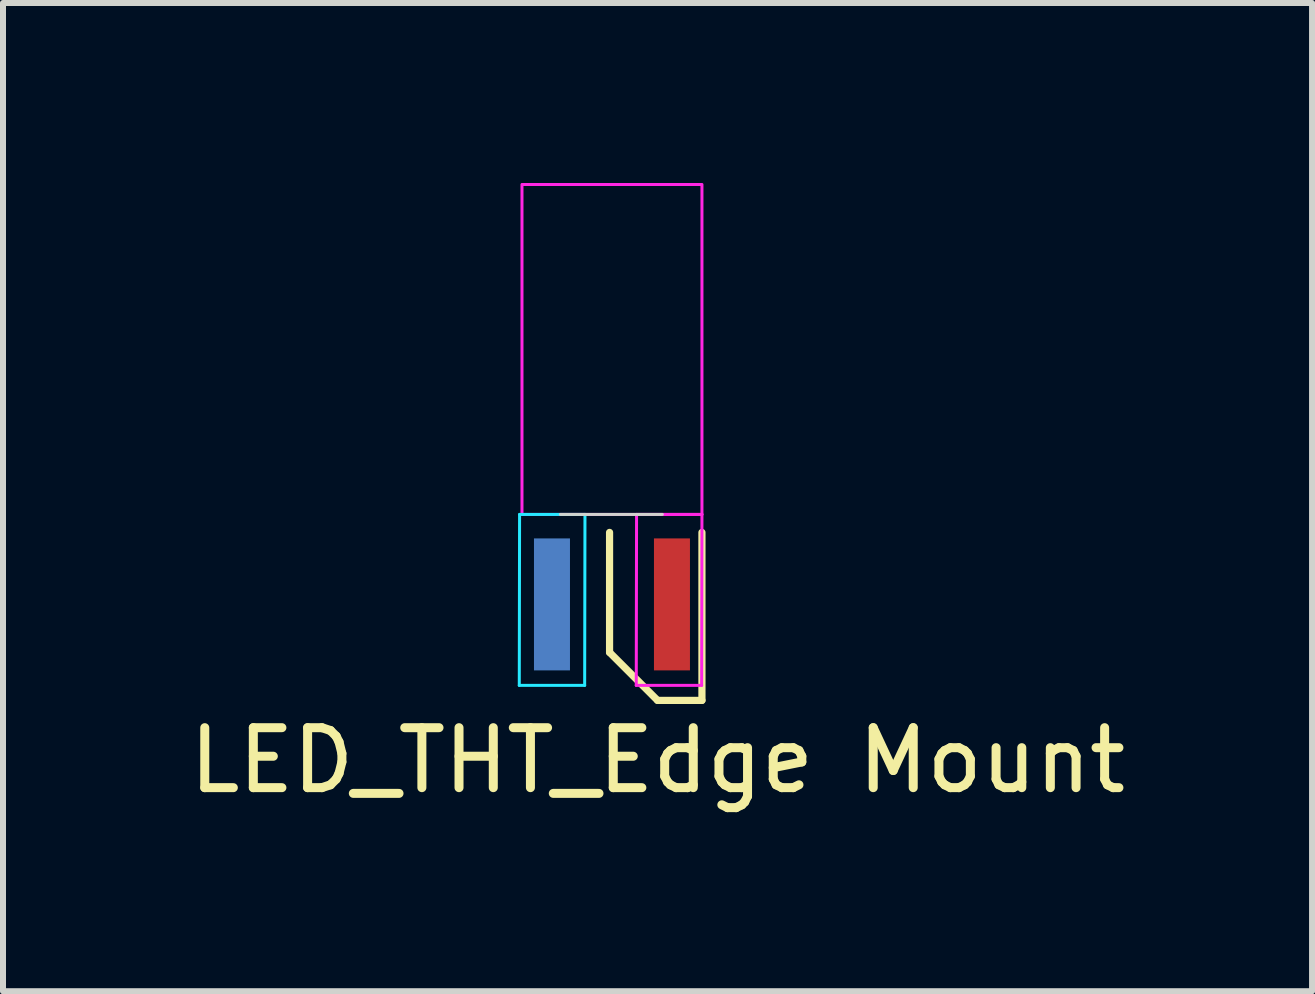
<source format=kicad_pcb>
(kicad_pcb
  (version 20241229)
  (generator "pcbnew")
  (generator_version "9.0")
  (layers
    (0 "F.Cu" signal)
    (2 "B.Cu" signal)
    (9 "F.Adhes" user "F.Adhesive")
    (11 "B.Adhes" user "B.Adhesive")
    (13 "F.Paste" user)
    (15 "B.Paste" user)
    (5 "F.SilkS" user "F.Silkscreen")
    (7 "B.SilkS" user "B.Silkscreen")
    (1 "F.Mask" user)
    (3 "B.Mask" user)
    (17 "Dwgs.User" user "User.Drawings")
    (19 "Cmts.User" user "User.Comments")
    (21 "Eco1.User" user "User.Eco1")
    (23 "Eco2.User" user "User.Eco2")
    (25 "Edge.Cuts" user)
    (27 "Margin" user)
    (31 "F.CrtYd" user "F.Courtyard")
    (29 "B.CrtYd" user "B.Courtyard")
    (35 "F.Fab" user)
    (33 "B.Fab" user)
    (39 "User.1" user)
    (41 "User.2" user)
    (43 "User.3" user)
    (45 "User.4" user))
  (footprint "LED_THT_Edge Mount"
    (layer "F.Cu")
    (at 7.151 7.025)
    (property "Reference" "LED_THT_Edge Mount" (at 0.76 2.6 0) (layer "F.SilkS") (effects (font (size 1 1) (thickness 0.15))))
    (attr smd)
    (fp_line (start -0.04 0.8) (end -0.04 -1.2) (stroke (width 0.12) (type default)) (layer "F.SilkS"))
    (fp_line (start 0.76 1.6) (end -0.04 0.8) (stroke (width 0.12) (type default)) (layer "F.SilkS"))
    (fp_line (start 1.5 -1.2) (end 1.5 1.6) (stroke (width 0.12) (type default)) (layer "F.SilkS"))
    (fp_line (start 1.5 1.6) (end 0.76 1.6) (stroke (width 0.12) (type default)) (layer "F.SilkS"))
    (fp_line (start -0.86 -1.5) (end 0.84 -1.5) (stroke (width 0.05) (type default)) (layer "Edge.Cuts"))
    (fp_line (start -1.545 1.35) (end -1.54 -1.5) (stroke (width 0.05) (type default)) (layer "B.CrtYd"))
    (fp_line (start -1.54 -1.5) (end -0.45 -1.5) (stroke (width 0.05) (type default)) (layer "B.CrtYd"))
    (fp_line (start -0.455 1.35) (end -1.545 1.35) (stroke (width 0.05) (type default)) (layer "B.CrtYd"))
    (fp_line (start -0.45 -1.5) (end -0.455 1.35) (stroke (width 0.05) (type default)) (layer "B.CrtYd"))
    (fp_line (start 0.405 1.35) (end 0.41 -1.5) (stroke (width 0.05) (type default)) (layer "F.CrtYd"))
    (fp_line (start 0.41 -1.5) (end 1.5 -1.5) (stroke (width 0.05) (type default)) (layer "F.CrtYd"))
    (fp_line (start 1.495 1.35) (end 0.405 1.35) (stroke (width 0.05) (type default)) (layer "F.CrtYd"))
    (fp_line (start 1.5 -1.5) (end 1.495 1.35) (stroke (width 0.05) (type default)) (layer "F.CrtYd"))
    (fp_rect (start -1.5 -1.5) (end 1.5 -7) (stroke (width 0.05) (type default)) (fill no) (layer "F.CrtYd"))
    (pad "1" smd rect (at 1 0) (size 0.6 2.2) (layers "F.Cu" "F.Mask" "F.Paste"))
    (pad "2" smd rect (at -1 0) (size 0.6 2.2) (layers "B.Cu" "B.Mask" "B.Paste")))
  (gr_rect
    (start -3 -3)
    (end 18.821 13.473)
    (stroke (width 0.1) (type default))
    (fill no)
    (layer "Edge.Cuts")))
</source>
